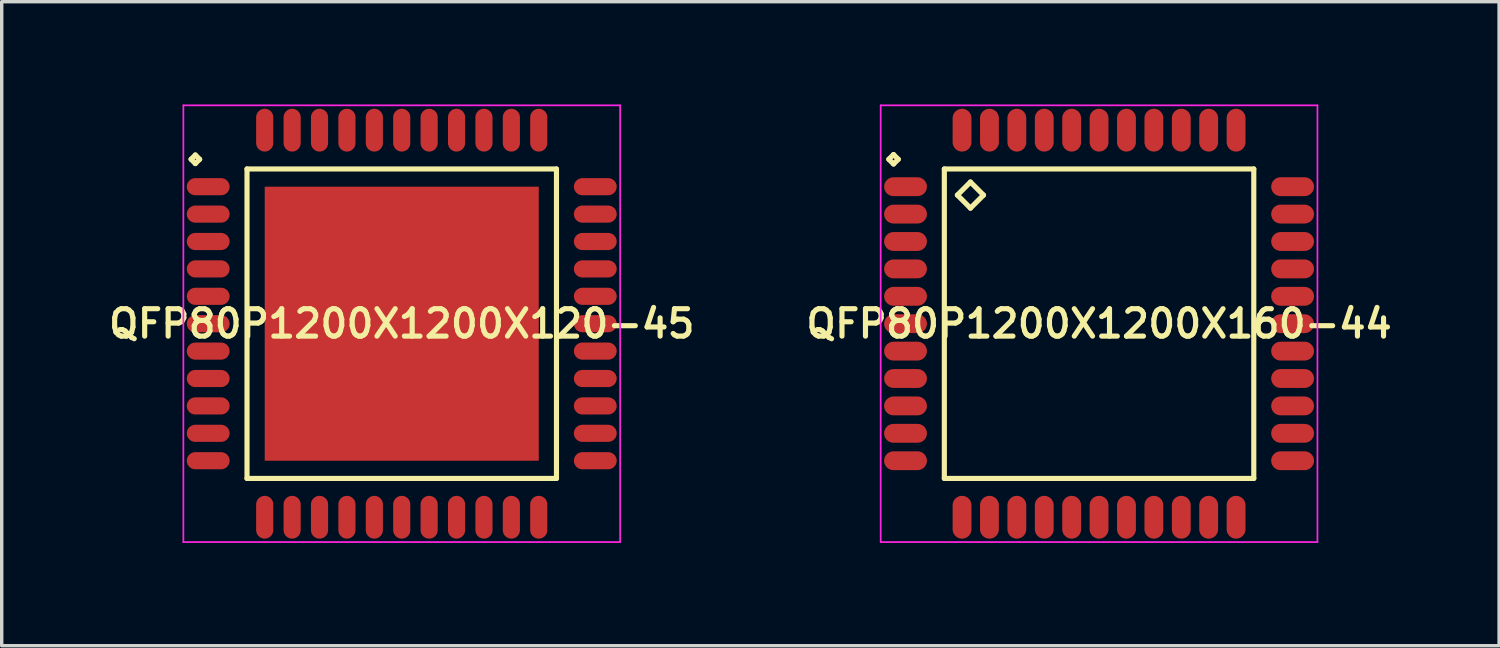
<source format=kicad_pcb>
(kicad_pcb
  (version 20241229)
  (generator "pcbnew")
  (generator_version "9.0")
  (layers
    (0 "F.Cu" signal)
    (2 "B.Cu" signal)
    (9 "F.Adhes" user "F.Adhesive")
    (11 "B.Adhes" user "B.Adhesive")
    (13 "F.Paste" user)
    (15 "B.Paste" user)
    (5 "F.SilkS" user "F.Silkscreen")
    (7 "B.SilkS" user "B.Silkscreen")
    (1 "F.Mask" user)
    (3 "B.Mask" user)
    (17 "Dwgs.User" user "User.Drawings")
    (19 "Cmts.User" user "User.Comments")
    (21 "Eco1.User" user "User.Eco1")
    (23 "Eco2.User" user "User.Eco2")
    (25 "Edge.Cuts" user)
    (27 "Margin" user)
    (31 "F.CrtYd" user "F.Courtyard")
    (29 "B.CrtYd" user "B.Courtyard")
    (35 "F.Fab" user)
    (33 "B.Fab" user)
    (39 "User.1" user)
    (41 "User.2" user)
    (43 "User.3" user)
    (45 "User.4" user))
  (footprint "QFP80P1200X1200X120-45"
    (layer "F.Cu")
    (at 8.678 6.4)
    (property "Reference" "QFP80P1200X1200X120-45" (at 0 0 0) (layer "F.SilkS") (effects (font (size 0.8 0.8) (thickness 0.15))))
    (attr smd)
    (fp_line (start -6.15 -4.8) (end -6.025 -4.925) (stroke (width 0.15) (type solid)) (layer "F.SilkS"))
    (fp_line (start -6.025 -4.925) (end -5.9 -4.8) (stroke (width 0.15) (type solid)) (layer "F.SilkS"))
    (fp_line (start -6.025 -4.675) (end -6.15 -4.8) (stroke (width 0.15) (type solid)) (layer "F.SilkS"))
    (fp_line (start -5.9 -4.8) (end -6.025 -4.675) (stroke (width 0.15) (type solid)) (layer "F.SilkS"))
    (fp_line (start -4.517 -4.517) (end -4.517 4.517) (stroke (width 0.15) (type solid)) (layer "F.SilkS"))
    (fp_line (start -4.517 4.517) (end 4.517 4.517) (stroke (width 0.15) (type solid)) (layer "F.SilkS"))
    (fp_line (start 4.517 -4.517) (end -4.517 -4.517) (stroke (width 0.15) (type solid)) (layer "F.SilkS"))
    (fp_line (start 4.517 4.517) (end 4.517 -4.517) (stroke (width 0.15) (type solid)) (layer "F.SilkS"))
    (fp_line (start -6.375 -6.375) (end 6.375 -6.375) (stroke (width 0.05) (type solid)) (layer "F.CrtYd"))
    (fp_line (start -6.375 6.375) (end -6.375 -6.375) (stroke (width 0.05) (type solid)) (layer "F.CrtYd"))
    (fp_line (start 6.375 -6.375) (end 6.375 6.375) (stroke (width 0.05) (type solid)) (layer "F.CrtYd"))
    (fp_line (start 6.375 6.375) (end -6.375 6.375) (stroke (width 0.05) (type solid)) (layer "F.CrtYd"))
    (pad "1" smd oval (at -5.65 -4) (size 1.25 0.5) (layers "F.Cu" "F.Mask" "F.Paste"))
    (pad "2" smd oval (at -5.65 -3.2) (size 1.25 0.5) (layers "F.Cu" "F.Mask" "F.Paste"))
    (pad "3" smd oval (at -5.65 -2.4) (size 1.25 0.5) (layers "F.Cu" "F.Mask" "F.Paste"))
    (pad "4" smd oval (at -5.65 -1.6) (size 1.25 0.5) (layers "F.Cu" "F.Mask" "F.Paste"))
    (pad "5" smd oval (at -5.65 -0.8) (size 1.25 0.5) (layers "F.Cu" "F.Mask" "F.Paste"))
    (pad "6" smd oval (at -5.65 0) (size 1.25 0.5) (layers "F.Cu" "F.Mask" "F.Paste"))
    (pad "7" smd oval (at -5.65 0.8) (size 1.25 0.5) (layers "F.Cu" "F.Mask" "F.Paste"))
    (pad "8" smd oval (at -5.65 1.6) (size 1.25 0.5) (layers "F.Cu" "F.Mask" "F.Paste"))
    (pad "9" smd oval (at -5.65 2.4) (size 1.25 0.5) (layers "F.Cu" "F.Mask" "F.Paste"))
    (pad "10" smd oval (at -5.65 3.2) (size 1.25 0.5) (layers "F.Cu" "F.Mask" "F.Paste"))
    (pad "11" smd oval (at -5.65 4) (size 1.25 0.5) (layers "F.Cu" "F.Mask" "F.Paste"))
    (pad "12" smd oval (at -4 5.65) (size 0.5 1.25) (layers "F.Cu" "F.Mask" "F.Paste"))
    (pad "13" smd oval (at -3.2 5.65) (size 0.5 1.25) (layers "F.Cu" "F.Mask" "F.Paste"))
    (pad "14" smd oval (at -2.4 5.65) (size 0.5 1.25) (layers "F.Cu" "F.Mask" "F.Paste"))
    (pad "15" smd oval (at -1.6 5.65) (size 0.5 1.25) (layers "F.Cu" "F.Mask" "F.Paste"))
    (pad "16" smd oval (at -0.8 5.65) (size 0.5 1.25) (layers "F.Cu" "F.Mask" "F.Paste"))
    (pad "17" smd oval (at 0 5.65) (size 0.5 1.25) (layers "F.Cu" "F.Mask" "F.Paste"))
    (pad "18" smd oval (at 0.8 5.65) (size 0.5 1.25) (layers "F.Cu" "F.Mask" "F.Paste"))
    (pad "19" smd oval (at 1.6 5.65) (size 0.5 1.25) (layers "F.Cu" "F.Mask" "F.Paste"))
    (pad "20" smd oval (at 2.4 5.65) (size 0.5 1.25) (layers "F.Cu" "F.Mask" "F.Paste"))
    (pad "21" smd oval (at 3.2 5.65) (size 0.5 1.25) (layers "F.Cu" "F.Mask" "F.Paste"))
    (pad "22" smd oval (at 4 5.65) (size 0.5 1.25) (layers "F.Cu" "F.Mask" "F.Paste"))
    (pad "23" smd oval (at 5.65 4) (size 1.25 0.5) (layers "F.Cu" "F.Mask" "F.Paste"))
    (pad "24" smd oval (at 5.65 3.2) (size 1.25 0.5) (layers "F.Cu" "F.Mask" "F.Paste"))
    (pad "25" smd oval (at 5.65 2.4) (size 1.25 0.5) (layers "F.Cu" "F.Mask" "F.Paste"))
    (pad "26" smd oval (at 5.65 1.6) (size 1.25 0.5) (layers "F.Cu" "F.Mask" "F.Paste"))
    (pad "27" smd oval (at 5.65 0.8) (size 1.25 0.5) (layers "F.Cu" "F.Mask" "F.Paste"))
    (pad "28" smd oval (at 5.65 0) (size 1.25 0.5) (layers "F.Cu" "F.Mask" "F.Paste"))
    (pad "29" smd oval (at 5.65 -0.8) (size 1.25 0.5) (layers "F.Cu" "F.Mask" "F.Paste"))
    (pad "30" smd oval (at 5.65 -1.6) (size 1.25 0.5) (layers "F.Cu" "F.Mask" "F.Paste"))
    (pad "31" smd oval (at 5.65 -2.4) (size 1.25 0.5) (layers "F.Cu" "F.Mask" "F.Paste"))
    (pad "32" smd oval (at 5.65 -3.2) (size 1.25 0.5) (layers "F.Cu" "F.Mask" "F.Paste"))
    (pad "33" smd oval (at 5.65 -4) (size 1.25 0.5) (layers "F.Cu" "F.Mask" "F.Paste"))
    (pad "34" smd oval (at 4 -5.65) (size 0.5 1.25) (layers "F.Cu" "F.Mask" "F.Paste"))
    (pad "35" smd oval (at 3.2 -5.65) (size 0.5 1.25) (layers "F.Cu" "F.Mask" "F.Paste"))
    (pad "36" smd oval (at 2.4 -5.65) (size 0.5 1.25) (layers "F.Cu" "F.Mask" "F.Paste"))
    (pad "37" smd oval (at 1.6 -5.65) (size 0.5 1.25) (layers "F.Cu" "F.Mask" "F.Paste"))
    (pad "38" smd oval (at 0.8 -5.65) (size 0.5 1.25) (layers "F.Cu" "F.Mask" "F.Paste"))
    (pad "39" smd oval (at 0 -5.65) (size 0.5 1.25) (layers "F.Cu" "F.Mask" "F.Paste"))
    (pad "40" smd oval (at -0.8 -5.65) (size 0.5 1.25) (layers "F.Cu" "F.Mask" "F.Paste"))
    (pad "41" smd oval (at -1.6 -5.65) (size 0.5 1.25) (layers "F.Cu" "F.Mask" "F.Paste"))
    (pad "42" smd oval (at -2.4 -5.65) (size 0.5 1.25) (layers "F.Cu" "F.Mask" "F.Paste"))
    (pad "43" smd oval (at -3.2 -5.65) (size 0.5 1.25) (layers "F.Cu" "F.Mask" "F.Paste"))
    (pad "44" smd oval (at -4 -5.65) (size 0.5 1.25) (layers "F.Cu" "F.Mask" "F.Paste"))
    (pad "45" smd rect (at 0 0) (size 8 8) (layers "F.Cu" "F.Mask" "F.Paste")))
  (footprint "QFP80P1200X1200X160-44"
    (layer "F.Cu")
    (at 29.035 6.4)
    (property "Reference" "QFP80P1200X1200X160-44" (at 0 0 0) (layer "F.SilkS") (effects (font (size 0.8 0.8) (thickness 0.15))))
    (attr smd)
    (fp_line (start -6.138 -4.8) (end -6 -4.938) (stroke (width 0.15) (type solid)) (layer "F.SilkS"))
    (fp_line (start -6 -4.938) (end -5.862 -4.8) (stroke (width 0.15) (type solid)) (layer "F.SilkS"))
    (fp_line (start -6 -4.662) (end -6.138 -4.8) (stroke (width 0.15) (type solid)) (layer "F.SilkS"))
    (fp_line (start -5.862 -4.8) (end -6 -4.662) (stroke (width 0.15) (type solid)) (layer "F.SilkS"))
    (fp_line (start -4.517 -4.517) (end -4.517 4.517) (stroke (width 0.15) (type solid)) (layer "F.SilkS"))
    (fp_line (start -4.517 4.517) (end 4.517 4.517) (stroke (width 0.15) (type solid)) (layer "F.SilkS"))
    (fp_line (start -4.136 -3.755) (end -3.755 -4.136) (stroke (width 0.15) (type solid)) (layer "F.SilkS"))
    (fp_line (start -3.755 -4.136) (end -3.374 -3.755) (stroke (width 0.15) (type solid)) (layer "F.SilkS"))
    (fp_line (start -3.755 -3.374) (end -4.136 -3.755) (stroke (width 0.15) (type solid)) (layer "F.SilkS"))
    (fp_line (start -3.374 -3.755) (end -3.755 -3.374) (stroke (width 0.15) (type solid)) (layer "F.SilkS"))
    (fp_line (start 4.517 -4.517) (end -4.517 -4.517) (stroke (width 0.15) (type solid)) (layer "F.SilkS"))
    (fp_line (start 4.517 4.517) (end 4.517 -4.517) (stroke (width 0.15) (type solid)) (layer "F.SilkS"))
    (fp_line (start -6.375 -6.375) (end 6.375 -6.375) (stroke (width 0.05) (type solid)) (layer "F.CrtYd"))
    (fp_line (start -6.375 6.375) (end -6.375 -6.375) (stroke (width 0.05) (type solid)) (layer "F.CrtYd"))
    (fp_line (start 6.375 -6.375) (end 6.375 6.375) (stroke (width 0.05) (type solid)) (layer "F.CrtYd"))
    (fp_line (start 6.375 6.375) (end -6.375 6.375) (stroke (width 0.05) (type solid)) (layer "F.CrtYd"))
    (pad "1" smd oval (at -5.65 -4) (size 1.25 0.55) (layers "F.Cu" "F.Mask" "F.Paste"))
    (pad "2" smd oval (at -5.65 -3.2) (size 1.25 0.55) (layers "F.Cu" "F.Mask" "F.Paste"))
    (pad "3" smd oval (at -5.65 -2.4) (size 1.25 0.55) (layers "F.Cu" "F.Mask" "F.Paste"))
    (pad "4" smd oval (at -5.65 -1.6) (size 1.25 0.55) (layers "F.Cu" "F.Mask" "F.Paste"))
    (pad "5" smd oval (at -5.65 -0.8) (size 1.25 0.55) (layers "F.Cu" "F.Mask" "F.Paste"))
    (pad "6" smd oval (at -5.65 0) (size 1.25 0.55) (layers "F.Cu" "F.Mask" "F.Paste"))
    (pad "7" smd oval (at -5.65 0.8) (size 1.25 0.55) (layers "F.Cu" "F.Mask" "F.Paste"))
    (pad "8" smd oval (at -5.65 1.6) (size 1.25 0.55) (layers "F.Cu" "F.Mask" "F.Paste"))
    (pad "9" smd oval (at -5.65 2.4) (size 1.25 0.55) (layers "F.Cu" "F.Mask" "F.Paste"))
    (pad "10" smd oval (at -5.65 3.2) (size 1.25 0.55) (layers "F.Cu" "F.Mask" "F.Paste"))
    (pad "11" smd oval (at -5.65 4) (size 1.25 0.55) (layers "F.Cu" "F.Mask" "F.Paste"))
    (pad "12" smd oval (at -4 5.65) (size 0.55 1.25) (layers "F.Cu" "F.Mask" "F.Paste"))
    (pad "13" smd oval (at -3.2 5.65) (size 0.55 1.25) (layers "F.Cu" "F.Mask" "F.Paste"))
    (pad "14" smd oval (at -2.4 5.65) (size 0.55 1.25) (layers "F.Cu" "F.Mask" "F.Paste"))
    (pad "15" smd oval (at -1.6 5.65) (size 0.55 1.25) (layers "F.Cu" "F.Mask" "F.Paste"))
    (pad "16" smd oval (at -0.8 5.65) (size 0.55 1.25) (layers "F.Cu" "F.Mask" "F.Paste"))
    (pad "17" smd oval (at 0 5.65) (size 0.55 1.25) (layers "F.Cu" "F.Mask" "F.Paste"))
    (pad "18" smd oval (at 0.8 5.65) (size 0.55 1.25) (layers "F.Cu" "F.Mask" "F.Paste"))
    (pad "19" smd oval (at 1.6 5.65) (size 0.55 1.25) (layers "F.Cu" "F.Mask" "F.Paste"))
    (pad "20" smd oval (at 2.4 5.65) (size 0.55 1.25) (layers "F.Cu" "F.Mask" "F.Paste"))
    (pad "21" smd oval (at 3.2 5.65) (size 0.55 1.25) (layers "F.Cu" "F.Mask" "F.Paste"))
    (pad "22" smd oval (at 4 5.65) (size 0.55 1.25) (layers "F.Cu" "F.Mask" "F.Paste"))
    (pad "23" smd oval (at 5.65 4) (size 1.25 0.55) (layers "F.Cu" "F.Mask" "F.Paste"))
    (pad "24" smd oval (at 5.65 3.2) (size 1.25 0.55) (layers "F.Cu" "F.Mask" "F.Paste"))
    (pad "25" smd oval (at 5.65 2.4) (size 1.25 0.55) (layers "F.Cu" "F.Mask" "F.Paste"))
    (pad "26" smd oval (at 5.65 1.6) (size 1.25 0.55) (layers "F.Cu" "F.Mask" "F.Paste"))
    (pad "27" smd oval (at 5.65 0.8) (size 1.25 0.55) (layers "F.Cu" "F.Mask" "F.Paste"))
    (pad "28" smd oval (at 5.65 0) (size 1.25 0.55) (layers "F.Cu" "F.Mask" "F.Paste"))
    (pad "29" smd oval (at 5.65 -0.8) (size 1.25 0.55) (layers "F.Cu" "F.Mask" "F.Paste"))
    (pad "30" smd oval (at 5.65 -1.6) (size 1.25 0.55) (layers "F.Cu" "F.Mask" "F.Paste"))
    (pad "31" smd oval (at 5.65 -2.4) (size 1.25 0.55) (layers "F.Cu" "F.Mask" "F.Paste"))
    (pad "32" smd oval (at 5.65 -3.2) (size 1.25 0.55) (layers "F.Cu" "F.Mask" "F.Paste"))
    (pad "33" smd oval (at 5.65 -4) (size 1.25 0.55) (layers "F.Cu" "F.Mask" "F.Paste"))
    (pad "34" smd oval (at 4 -5.65) (size 0.55 1.25) (layers "F.Cu" "F.Mask" "F.Paste"))
    (pad "35" smd oval (at 3.2 -5.65) (size 0.55 1.25) (layers "F.Cu" "F.Mask" "F.Paste"))
    (pad "36" smd oval (at 2.4 -5.65) (size 0.55 1.25) (layers "F.Cu" "F.Mask" "F.Paste"))
    (pad "37" smd oval (at 1.6 -5.65) (size 0.55 1.25) (layers "F.Cu" "F.Mask" "F.Paste"))
    (pad "38" smd oval (at 0.8 -5.65) (size 0.55 1.25) (layers "F.Cu" "F.Mask" "F.Paste"))
    (pad "39" smd oval (at 0 -5.65) (size 0.55 1.25) (layers "F.Cu" "F.Mask" "F.Paste"))
    (pad "40" smd oval (at -0.8 -5.65) (size 0.55 1.25) (layers "F.Cu" "F.Mask" "F.Paste"))
    (pad "41" smd oval (at -1.6 -5.65) (size 0.55 1.25) (layers "F.Cu" "F.Mask" "F.Paste"))
    (pad "42" smd oval (at -2.4 -5.65) (size 0.55 1.25) (layers "F.Cu" "F.Mask" "F.Paste"))
    (pad "43" smd oval (at -3.2 -5.65) (size 0.55 1.25) (layers "F.Cu" "F.Mask" "F.Paste"))
    (pad "44" smd oval (at -4 -5.65) (size 0.55 1.25) (layers "F.Cu" "F.Mask" "F.Paste")))
  (gr_rect
    (start -3 -3)
    (end 40.713 15.8)
    (stroke (width 0.1) (type default))
    (fill no)
    (layer "Edge.Cuts")))
</source>
